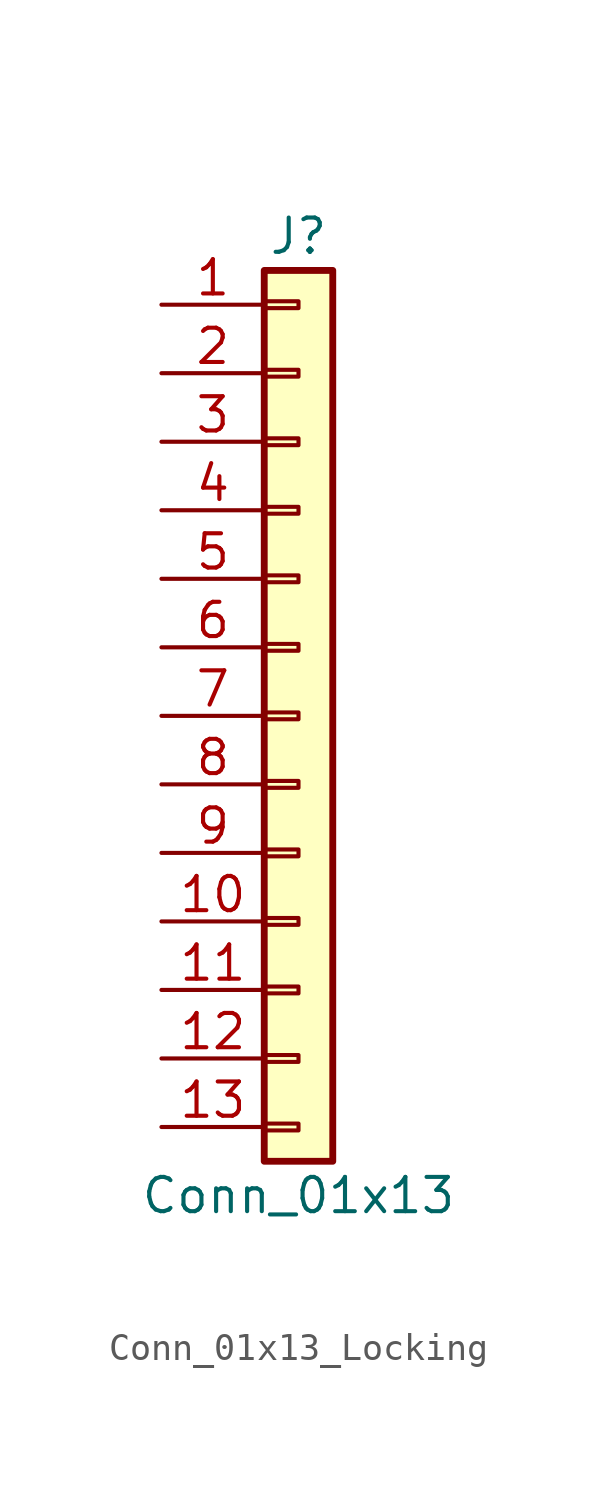
<source format=kicad_sym>
(kicad_symbol_lib
  (version 20241209)
  (generator "kicad_symbol_editor")
  (generator_version "9.0")
  (symbol "Conn_01x13_Locking"
    (pin_names
      (offset 1.016)
      (hide yes))
    (property "Reference" "J"
      (at 0 17.78 0)
      (effects (font (size 1.27 1.27))))
    (property "Value" "Conn_01x13"
      (at 0 -17.78 0)
      (effects (font (size 1.27 1.27))))
    (symbol "Conn_01x13_Locking_1_1"
      (rectangle (start -1.27 16.51) (end 1.27 -16.51) (stroke (width 0.254) (type default)) (fill (type background)))
      (rectangle (start -1.27 15.367) (end 0 15.113) (stroke (width 0.152) (type default)) (fill (type none)))
      (rectangle (start -1.27 12.827) (end 0 12.573) (stroke (width 0.152) (type default)) (fill (type none)))
      (rectangle (start -1.27 10.287) (end 0 10.033) (stroke (width 0.152) (type default)) (fill (type none)))
      (rectangle (start -1.27 7.747) (end 0 7.493) (stroke (width 0.152) (type default)) (fill (type none)))
      (rectangle (start -1.27 5.207) (end 0 4.953) (stroke (width 0.152) (type default)) (fill (type none)))
      (rectangle (start -1.27 2.667) (end 0 2.413) (stroke (width 0.152) (type default)) (fill (type none)))
      (rectangle (start -1.27 0.127) (end 0 -0.127) (stroke (width 0.152) (type default)) (fill (type none)))
      (rectangle (start -1.27 -2.413) (end 0 -2.667) (stroke (width 0.152) (type default)) (fill (type none)))
      (rectangle (start -1.27 -4.953) (end 0 -5.207) (stroke (width 0.152) (type default)) (fill (type none)))
      (rectangle (start -1.27 -7.493) (end 0 -7.747) (stroke (width 0.152) (type default)) (fill (type none)))
      (rectangle (start -1.27 -10.033) (end 0 -10.287) (stroke (width 0.152) (type default)) (fill (type none)))
      (rectangle (start -1.27 -12.573) (end 0 -12.827) (stroke (width 0.152) (type default)) (fill (type none)))
      (rectangle (start -1.27 -15.113) (end 0 -15.367) (stroke (width 0.152) (type default)) (fill (type none)))
      (pin passive line (at -5.08 15.24 0) (length 3.81) (name "Pin_1" (effects (font (size 1.27 1.27)))) (number "1" (effects (font (size 1.27 1.27)))))
      (pin passive line (at -5.08 12.7 0) (length 3.81) (name "Pin_2" (effects (font (size 1.27 1.27)))) (number "2" (effects (font (size 1.27 1.27)))))
      (pin passive line (at -5.08 10.16 0) (length 3.81) (name "Pin_3" (effects (font (size 1.27 1.27)))) (number "3" (effects (font (size 1.27 1.27)))))
      (pin passive line (at -5.08 7.62 0) (length 3.81) (name "Pin_4" (effects (font (size 1.27 1.27)))) (number "4" (effects (font (size 1.27 1.27)))))
      (pin passive line (at -5.08 5.08 0) (length 3.81) (name "Pin_5" (effects (font (size 1.27 1.27)))) (number "5" (effects (font (size 1.27 1.27)))))
      (pin passive line (at -5.08 2.54 0) (length 3.81) (name "Pin_6" (effects (font (size 1.27 1.27)))) (number "6" (effects (font (size 1.27 1.27)))))
      (pin passive line (at -5.08 0 0) (length 3.81) (name "Pin_7" (effects (font (size 1.27 1.27)))) (number "7" (effects (font (size 1.27 1.27)))))
      (pin passive line (at -5.08 -2.54 0) (length 3.81) (name "Pin_8" (effects (font (size 1.27 1.27)))) (number "8" (effects (font (size 1.27 1.27)))))
      (pin passive line (at -5.08 -5.08 0) (length 3.81) (name "Pin_9" (effects (font (size 1.27 1.27)))) (number "9" (effects (font (size 1.27 1.27)))))
      (pin passive line (at -5.08 -7.62 0) (length 3.81) (name "Pin_10" (effects (font (size 1.27 1.27)))) (number "10" (effects (font (size 1.27 1.27)))))
      (pin passive line (at -5.08 -10.16 0) (length 3.81) (name "Pin_11" (effects (font (size 1.27 1.27)))) (number "11" (effects (font (size 1.27 1.27)))))
      (pin passive line (at -5.08 -12.7 0) (length 3.81) (name "Pin_12" (effects (font (size 1.27 1.27)))) (number "12" (effects (font (size 1.27 1.27)))))
      (pin passive line (at -5.08 -15.24 0) (length 3.81) (name "Pin_13" (effects (font (size 1.27 1.27)))) (number "13" (effects (font (size 1.27 1.27))))))))
</source>
